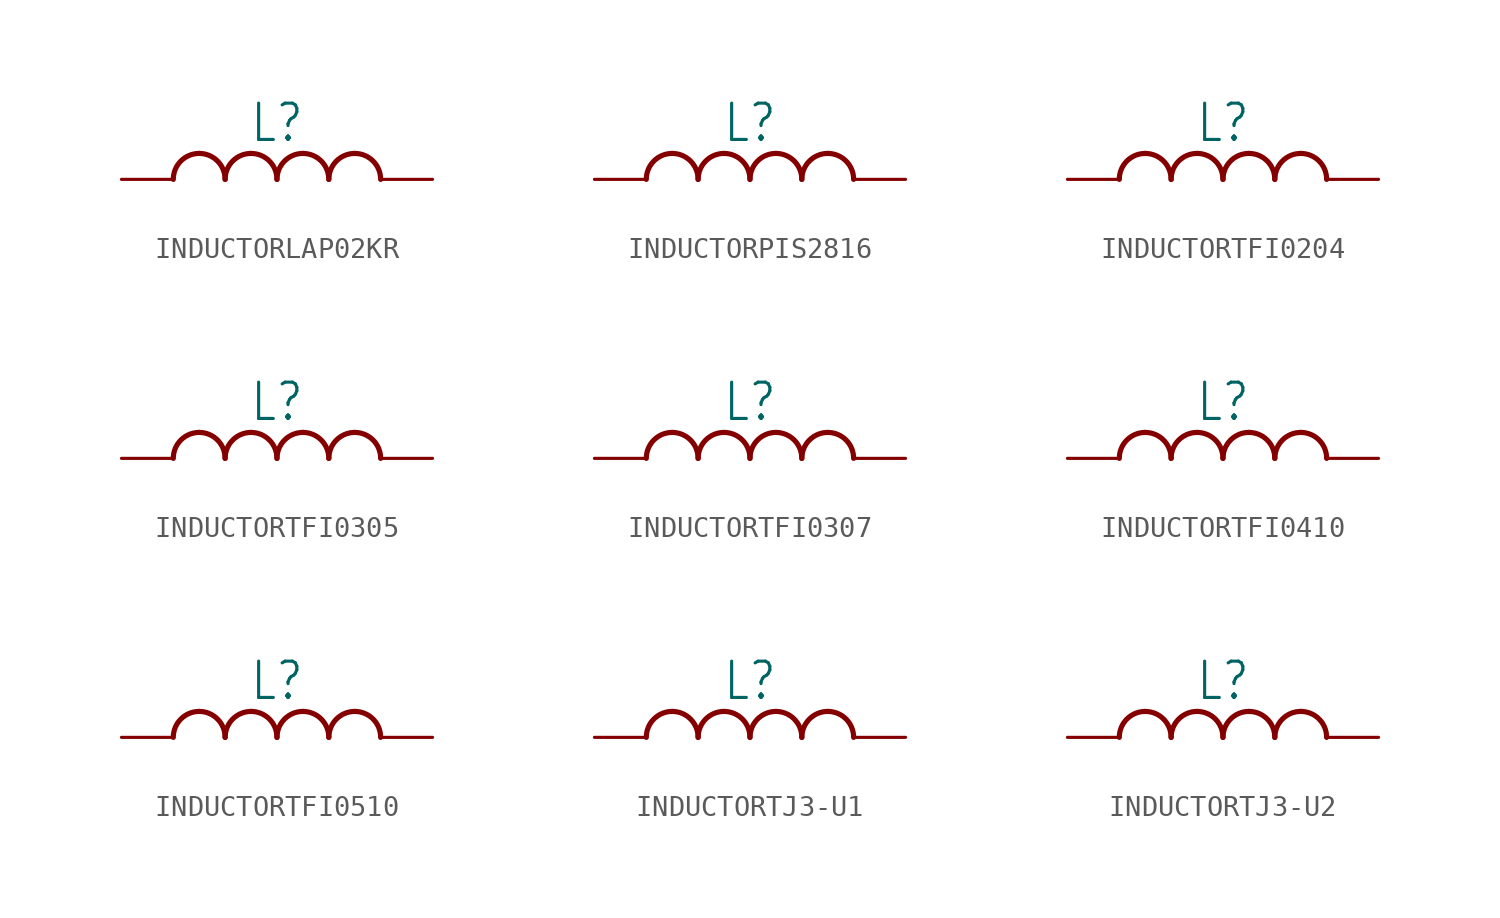
<source format=kicad_sym>
(kicad_symbol_lib
  (version 20220914)
  (generator kicad_symbol_editor)
  (symbol "INDUCTORLAP02KR"
    (property "Reference" "L"
      (at 0 3.81 0)
      (effects (font (size 1.778 1.511)) (justify top)))
    (property "Value" ""
      (at 0 -1.27 0)
      (effects (font (size 1.778 1.511)) (justify top)))
    (property "ki_locked" ""
      (at 0 0 0)
      (effects (font (size 1.27 1.27))))
    (symbol "INDUCTORLAP02KR_1_0"
      (arc (start -3.81 1.27) (mid -4.708 0.898) (end -5.08 0) (stroke (width 0.254) (type solid)) (fill (type none)))
      (arc (start -2.54 0) (mid -2.912 0.898) (end -3.81 1.27) (stroke (width 0.254) (type solid)) (fill (type none)))
      (arc (start -1.27 1.27) (mid -2.168 0.898) (end -2.54 0) (stroke (width 0.254) (type solid)) (fill (type none)))
      (arc (start 0 0) (mid -0.372 0.898) (end -1.27 1.27) (stroke (width 0.254) (type solid)) (fill (type none)))
      (arc (start 1.27 1.27) (mid 0.372 0.898) (end 0 0) (stroke (width 0.254) (type solid)) (fill (type none)))
      (arc (start 2.54 0) (mid 2.168 0.898) (end 1.27 1.27) (stroke (width 0.254) (type solid)) (fill (type none)))
      (arc (start 3.81 1.27) (mid 2.912 0.898) (end 2.54 0) (stroke (width 0.254) (type solid)) (fill (type none)))
      (arc (start 5.08 0) (mid 4.708 0.898) (end 3.81 1.27) (stroke (width 0.254) (type solid)) (fill (type none)))
      (pin passive line (at -7.62 0 0) (length 2.54) (name "1" (effects (font (size 0 0)))) (number "1" (effects (font (size 0 0)))))
      (pin passive line (at 7.62 0 180) (length 2.54) (name "2" (effects (font (size 0 0)))) (number "2" (effects (font (size 0 0)))))))
  (symbol "INDUCTORPIS2816"
    (property "Reference" "L"
      (at 0 3.81 0)
      (effects (font (size 1.778 1.511)) (justify top)))
    (property "Value" ""
      (at 0 -1.27 0)
      (effects (font (size 1.778 1.511)) (justify top)))
    (property "ki_locked" ""
      (at 0 0 0)
      (effects (font (size 1.27 1.27))))
    (symbol "INDUCTORPIS2816_1_0"
      (arc (start -3.81 1.27) (mid -4.708 0.898) (end -5.08 0) (stroke (width 0.254) (type solid)) (fill (type none)))
      (arc (start -2.54 0) (mid -2.912 0.898) (end -3.81 1.27) (stroke (width 0.254) (type solid)) (fill (type none)))
      (arc (start -1.27 1.27) (mid -2.168 0.898) (end -2.54 0) (stroke (width 0.254) (type solid)) (fill (type none)))
      (arc (start 0 0) (mid -0.372 0.898) (end -1.27 1.27) (stroke (width 0.254) (type solid)) (fill (type none)))
      (arc (start 1.27 1.27) (mid 0.372 0.898) (end 0 0) (stroke (width 0.254) (type solid)) (fill (type none)))
      (arc (start 2.54 0) (mid 2.168 0.898) (end 1.27 1.27) (stroke (width 0.254) (type solid)) (fill (type none)))
      (arc (start 3.81 1.27) (mid 2.912 0.898) (end 2.54 0) (stroke (width 0.254) (type solid)) (fill (type none)))
      (arc (start 5.08 0) (mid 4.708 0.898) (end 3.81 1.27) (stroke (width 0.254) (type solid)) (fill (type none)))
      (pin passive line (at -7.62 0 0) (length 2.54) (name "1" (effects (font (size 0 0)))) (number "1" (effects (font (size 0 0)))))
      (pin passive line (at 7.62 0 180) (length 2.54) (name "2" (effects (font (size 0 0)))) (number "2" (effects (font (size 0 0)))))))
  (symbol "INDUCTORTFI0204"
    (property "Reference" "L"
      (at 0 3.81 0)
      (effects (font (size 1.778 1.511)) (justify top)))
    (property "Value" ""
      (at 0 -1.27 0)
      (effects (font (size 1.778 1.511)) (justify top)))
    (property "ki_locked" ""
      (at 0 0 0)
      (effects (font (size 1.27 1.27))))
    (symbol "INDUCTORTFI0204_1_0"
      (arc (start -3.81 1.27) (mid -4.708 0.898) (end -5.08 0) (stroke (width 0.254) (type solid)) (fill (type none)))
      (arc (start -2.54 0) (mid -2.912 0.898) (end -3.81 1.27) (stroke (width 0.254) (type solid)) (fill (type none)))
      (arc (start -1.27 1.27) (mid -2.168 0.898) (end -2.54 0) (stroke (width 0.254) (type solid)) (fill (type none)))
      (arc (start 0 0) (mid -0.372 0.898) (end -1.27 1.27) (stroke (width 0.254) (type solid)) (fill (type none)))
      (arc (start 1.27 1.27) (mid 0.372 0.898) (end 0 0) (stroke (width 0.254) (type solid)) (fill (type none)))
      (arc (start 2.54 0) (mid 2.168 0.898) (end 1.27 1.27) (stroke (width 0.254) (type solid)) (fill (type none)))
      (arc (start 3.81 1.27) (mid 2.912 0.898) (end 2.54 0) (stroke (width 0.254) (type solid)) (fill (type none)))
      (arc (start 5.08 0) (mid 4.708 0.898) (end 3.81 1.27) (stroke (width 0.254) (type solid)) (fill (type none)))
      (pin passive line (at -7.62 0 0) (length 2.54) (name "1" (effects (font (size 0 0)))) (number "1" (effects (font (size 0 0)))))
      (pin passive line (at 7.62 0 180) (length 2.54) (name "2" (effects (font (size 0 0)))) (number "2" (effects (font (size 0 0)))))))
  (symbol "INDUCTORTFI0305"
    (property "Reference" "L"
      (at 0 3.81 0)
      (effects (font (size 1.778 1.511)) (justify top)))
    (property "Value" ""
      (at 0 -1.27 0)
      (effects (font (size 1.778 1.511)) (justify top)))
    (property "ki_locked" ""
      (at 0 0 0)
      (effects (font (size 1.27 1.27))))
    (symbol "INDUCTORTFI0305_1_0"
      (arc (start -3.81 1.27) (mid -4.708 0.898) (end -5.08 0) (stroke (width 0.254) (type solid)) (fill (type none)))
      (arc (start -2.54 0) (mid -2.912 0.898) (end -3.81 1.27) (stroke (width 0.254) (type solid)) (fill (type none)))
      (arc (start -1.27 1.27) (mid -2.168 0.898) (end -2.54 0) (stroke (width 0.254) (type solid)) (fill (type none)))
      (arc (start 0 0) (mid -0.372 0.898) (end -1.27 1.27) (stroke (width 0.254) (type solid)) (fill (type none)))
      (arc (start 1.27 1.27) (mid 0.372 0.898) (end 0 0) (stroke (width 0.254) (type solid)) (fill (type none)))
      (arc (start 2.54 0) (mid 2.168 0.898) (end 1.27 1.27) (stroke (width 0.254) (type solid)) (fill (type none)))
      (arc (start 3.81 1.27) (mid 2.912 0.898) (end 2.54 0) (stroke (width 0.254) (type solid)) (fill (type none)))
      (arc (start 5.08 0) (mid 4.708 0.898) (end 3.81 1.27) (stroke (width 0.254) (type solid)) (fill (type none)))
      (pin passive line (at -7.62 0 0) (length 2.54) (name "1" (effects (font (size 0 0)))) (number "1" (effects (font (size 0 0)))))
      (pin passive line (at 7.62 0 180) (length 2.54) (name "2" (effects (font (size 0 0)))) (number "2" (effects (font (size 0 0)))))))
  (symbol "INDUCTORTFI0307"
    (property "Reference" "L"
      (at 0 3.81 0)
      (effects (font (size 1.778 1.511)) (justify top)))
    (property "Value" ""
      (at 0 -1.27 0)
      (effects (font (size 1.778 1.511)) (justify top)))
    (property "ki_locked" ""
      (at 0 0 0)
      (effects (font (size 1.27 1.27))))
    (symbol "INDUCTORTFI0307_1_0"
      (arc (start -3.81 1.27) (mid -4.708 0.898) (end -5.08 0) (stroke (width 0.254) (type solid)) (fill (type none)))
      (arc (start -2.54 0) (mid -2.912 0.898) (end -3.81 1.27) (stroke (width 0.254) (type solid)) (fill (type none)))
      (arc (start -1.27 1.27) (mid -2.168 0.898) (end -2.54 0) (stroke (width 0.254) (type solid)) (fill (type none)))
      (arc (start 0 0) (mid -0.372 0.898) (end -1.27 1.27) (stroke (width 0.254) (type solid)) (fill (type none)))
      (arc (start 1.27 1.27) (mid 0.372 0.898) (end 0 0) (stroke (width 0.254) (type solid)) (fill (type none)))
      (arc (start 2.54 0) (mid 2.168 0.898) (end 1.27 1.27) (stroke (width 0.254) (type solid)) (fill (type none)))
      (arc (start 3.81 1.27) (mid 2.912 0.898) (end 2.54 0) (stroke (width 0.254) (type solid)) (fill (type none)))
      (arc (start 5.08 0) (mid 4.708 0.898) (end 3.81 1.27) (stroke (width 0.254) (type solid)) (fill (type none)))
      (pin passive line (at -7.62 0 0) (length 2.54) (name "1" (effects (font (size 0 0)))) (number "1" (effects (font (size 0 0)))))
      (pin passive line (at 7.62 0 180) (length 2.54) (name "2" (effects (font (size 0 0)))) (number "2" (effects (font (size 0 0)))))))
  (symbol "INDUCTORTFI0410"
    (property "Reference" "L"
      (at 0 3.81 0)
      (effects (font (size 1.778 1.511)) (justify top)))
    (property "Value" ""
      (at 0 -1.27 0)
      (effects (font (size 1.778 1.511)) (justify top)))
    (property "ki_locked" ""
      (at 0 0 0)
      (effects (font (size 1.27 1.27))))
    (symbol "INDUCTORTFI0410_1_0"
      (arc (start -3.81 1.27) (mid -4.708 0.898) (end -5.08 0) (stroke (width 0.254) (type solid)) (fill (type none)))
      (arc (start -2.54 0) (mid -2.912 0.898) (end -3.81 1.27) (stroke (width 0.254) (type solid)) (fill (type none)))
      (arc (start -1.27 1.27) (mid -2.168 0.898) (end -2.54 0) (stroke (width 0.254) (type solid)) (fill (type none)))
      (arc (start 0 0) (mid -0.372 0.898) (end -1.27 1.27) (stroke (width 0.254) (type solid)) (fill (type none)))
      (arc (start 1.27 1.27) (mid 0.372 0.898) (end 0 0) (stroke (width 0.254) (type solid)) (fill (type none)))
      (arc (start 2.54 0) (mid 2.168 0.898) (end 1.27 1.27) (stroke (width 0.254) (type solid)) (fill (type none)))
      (arc (start 3.81 1.27) (mid 2.912 0.898) (end 2.54 0) (stroke (width 0.254) (type solid)) (fill (type none)))
      (arc (start 5.08 0) (mid 4.708 0.898) (end 3.81 1.27) (stroke (width 0.254) (type solid)) (fill (type none)))
      (pin passive line (at -7.62 0 0) (length 2.54) (name "1" (effects (font (size 0 0)))) (number "1" (effects (font (size 0 0)))))
      (pin passive line (at 7.62 0 180) (length 2.54) (name "2" (effects (font (size 0 0)))) (number "2" (effects (font (size 0 0)))))))
  (symbol "INDUCTORTFI0510"
    (property "Reference" "L"
      (at 0 3.81 0)
      (effects (font (size 1.778 1.511)) (justify top)))
    (property "Value" ""
      (at 0 -1.27 0)
      (effects (font (size 1.778 1.511)) (justify top)))
    (property "ki_locked" ""
      (at 0 0 0)
      (effects (font (size 1.27 1.27))))
    (symbol "INDUCTORTFI0510_1_0"
      (arc (start -3.81 1.27) (mid -4.708 0.898) (end -5.08 0) (stroke (width 0.254) (type solid)) (fill (type none)))
      (arc (start -2.54 0) (mid -2.912 0.898) (end -3.81 1.27) (stroke (width 0.254) (type solid)) (fill (type none)))
      (arc (start -1.27 1.27) (mid -2.168 0.898) (end -2.54 0) (stroke (width 0.254) (type solid)) (fill (type none)))
      (arc (start 0 0) (mid -0.372 0.898) (end -1.27 1.27) (stroke (width 0.254) (type solid)) (fill (type none)))
      (arc (start 1.27 1.27) (mid 0.372 0.898) (end 0 0) (stroke (width 0.254) (type solid)) (fill (type none)))
      (arc (start 2.54 0) (mid 2.168 0.898) (end 1.27 1.27) (stroke (width 0.254) (type solid)) (fill (type none)))
      (arc (start 3.81 1.27) (mid 2.912 0.898) (end 2.54 0) (stroke (width 0.254) (type solid)) (fill (type none)))
      (arc (start 5.08 0) (mid 4.708 0.898) (end 3.81 1.27) (stroke (width 0.254) (type solid)) (fill (type none)))
      (pin passive line (at -7.62 0 0) (length 2.54) (name "1" (effects (font (size 0 0)))) (number "1" (effects (font (size 0 0)))))
      (pin passive line (at 7.62 0 180) (length 2.54) (name "2" (effects (font (size 0 0)))) (number "2" (effects (font (size 0 0)))))))
  (symbol "INDUCTORTJ3-U1"
    (property "Reference" "L"
      (at 0 3.81 0)
      (effects (font (size 1.778 1.511)) (justify top)))
    (property "Value" ""
      (at 0 -1.27 0)
      (effects (font (size 1.778 1.511)) (justify top)))
    (property "ki_locked" ""
      (at 0 0 0)
      (effects (font (size 1.27 1.27))))
    (symbol "INDUCTORTJ3-U1_1_0"
      (arc (start -3.81 1.27) (mid -4.708 0.898) (end -5.08 0) (stroke (width 0.254) (type solid)) (fill (type none)))
      (arc (start -2.54 0) (mid -2.912 0.898) (end -3.81 1.27) (stroke (width 0.254) (type solid)) (fill (type none)))
      (arc (start -1.27 1.27) (mid -2.168 0.898) (end -2.54 0) (stroke (width 0.254) (type solid)) (fill (type none)))
      (arc (start 0 0) (mid -0.372 0.898) (end -1.27 1.27) (stroke (width 0.254) (type solid)) (fill (type none)))
      (arc (start 1.27 1.27) (mid 0.372 0.898) (end 0 0) (stroke (width 0.254) (type solid)) (fill (type none)))
      (arc (start 2.54 0) (mid 2.168 0.898) (end 1.27 1.27) (stroke (width 0.254) (type solid)) (fill (type none)))
      (arc (start 3.81 1.27) (mid 2.912 0.898) (end 2.54 0) (stroke (width 0.254) (type solid)) (fill (type none)))
      (arc (start 5.08 0) (mid 4.708 0.898) (end 3.81 1.27) (stroke (width 0.254) (type solid)) (fill (type none)))
      (pin passive line (at -7.62 0 0) (length 2.54) (name "1" (effects (font (size 0 0)))) (number "1" (effects (font (size 0 0)))))
      (pin passive line (at 7.62 0 180) (length 2.54) (name "2" (effects (font (size 0 0)))) (number "2" (effects (font (size 0 0)))))))
  (symbol "INDUCTORTJ3-U2"
    (property "Reference" "L"
      (at 0 3.81 0)
      (effects (font (size 1.778 1.511)) (justify top)))
    (property "Value" ""
      (at 0 -1.27 0)
      (effects (font (size 1.778 1.511)) (justify top)))
    (property "ki_locked" ""
      (at 0 0 0)
      (effects (font (size 1.27 1.27))))
    (symbol "INDUCTORTJ3-U2_1_0"
      (arc (start -3.81 1.27) (mid -4.708 0.898) (end -5.08 0) (stroke (width 0.254) (type solid)) (fill (type none)))
      (arc (start -2.54 0) (mid -2.912 0.898) (end -3.81 1.27) (stroke (width 0.254) (type solid)) (fill (type none)))
      (arc (start -1.27 1.27) (mid -2.168 0.898) (end -2.54 0) (stroke (width 0.254) (type solid)) (fill (type none)))
      (arc (start 0 0) (mid -0.372 0.898) (end -1.27 1.27) (stroke (width 0.254) (type solid)) (fill (type none)))
      (arc (start 1.27 1.27) (mid 0.372 0.898) (end 0 0) (stroke (width 0.254) (type solid)) (fill (type none)))
      (arc (start 2.54 0) (mid 2.168 0.898) (end 1.27 1.27) (stroke (width 0.254) (type solid)) (fill (type none)))
      (arc (start 3.81 1.27) (mid 2.912 0.898) (end 2.54 0) (stroke (width 0.254) (type solid)) (fill (type none)))
      (arc (start 5.08 0) (mid 4.708 0.898) (end 3.81 1.27) (stroke (width 0.254) (type solid)) (fill (type none)))
      (pin passive line (at -7.62 0 0) (length 2.54) (name "1" (effects (font (size 0 0)))) (number "1" (effects (font (size 0 0)))))
      (pin passive line (at 7.62 0 180) (length 2.54) (name "2" (effects (font (size 0 0)))) (number "2" (effects (font (size 0 0))))))))
</source>
